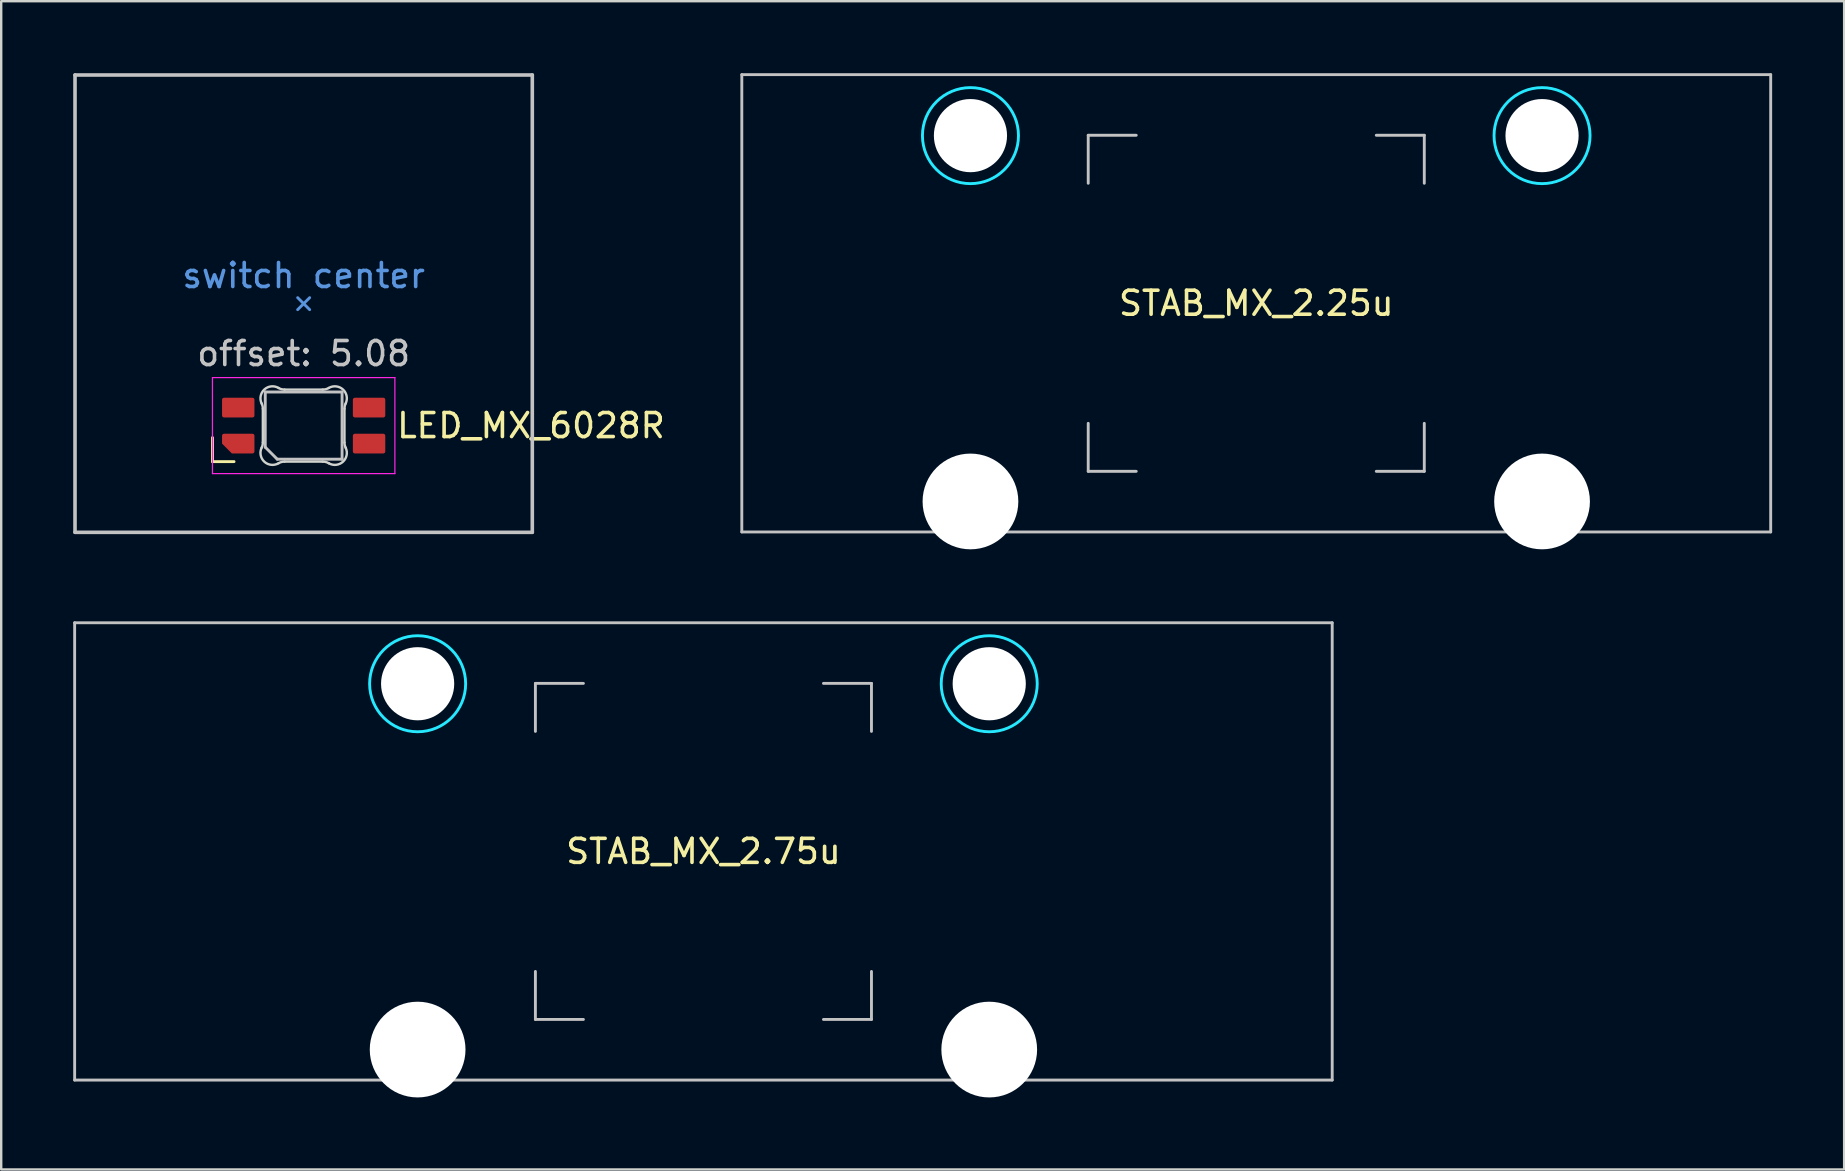
<source format=kicad_pcb>
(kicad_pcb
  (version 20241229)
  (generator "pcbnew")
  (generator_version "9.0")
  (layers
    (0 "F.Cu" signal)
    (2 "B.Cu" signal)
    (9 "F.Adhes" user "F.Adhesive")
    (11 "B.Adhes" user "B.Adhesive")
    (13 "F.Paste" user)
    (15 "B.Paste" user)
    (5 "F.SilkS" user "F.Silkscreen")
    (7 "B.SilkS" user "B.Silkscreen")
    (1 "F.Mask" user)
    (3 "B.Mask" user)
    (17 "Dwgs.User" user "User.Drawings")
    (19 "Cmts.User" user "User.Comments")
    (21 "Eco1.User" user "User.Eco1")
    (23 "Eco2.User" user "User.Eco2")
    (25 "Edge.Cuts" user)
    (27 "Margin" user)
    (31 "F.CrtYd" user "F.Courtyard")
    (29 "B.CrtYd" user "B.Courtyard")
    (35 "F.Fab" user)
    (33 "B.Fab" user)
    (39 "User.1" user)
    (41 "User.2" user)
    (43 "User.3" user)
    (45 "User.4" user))
  (footprint "STAB_MX_2.25u"
    (layer "F.Cu")
    (at 49.284 9.585)
    (property "Reference" "STAB_MX_2.25u" (at 0 0 0) (layer "F.SilkS") (effects (font (size 1 1) (thickness 0.15))))
    (attr through_hole exclude_from_pos_files exclude_from_bom)
    (fp_line (start -21.431 -9.525) (end -21.431 9.525) (stroke (width 0.12) (type solid)) (layer "Dwgs.User"))
    (fp_line (start -21.431 -9.525) (end 21.431 -9.525) (stroke (width 0.12) (type solid)) (layer "Dwgs.User"))
    (fp_line (start -21.431 9.525) (end 21.431 9.525) (stroke (width 0.12) (type solid)) (layer "Dwgs.User"))
    (fp_line (start -7 -7) (end -5 -7) (stroke (width 0.12) (type solid)) (layer "Dwgs.User"))
    (fp_line (start -7 -5) (end -7 -7) (stroke (width 0.12) (type solid)) (layer "Dwgs.User"))
    (fp_line (start -7 7) (end -7 5) (stroke (width 0.12) (type solid)) (layer "Dwgs.User"))
    (fp_line (start -5 7) (end -7 7) (stroke (width 0.12) (type solid)) (layer "Dwgs.User"))
    (fp_line (start 5 -7) (end 7 -7) (stroke (width 0.12) (type solid)) (layer "Dwgs.User"))
    (fp_line (start 5 7) (end 7 7) (stroke (width 0.12) (type solid)) (layer "Dwgs.User"))
    (fp_line (start 7 -7) (end 7 -5) (stroke (width 0.12) (type solid)) (layer "Dwgs.User"))
    (fp_line (start 7 7) (end 7 5) (stroke (width 0.12) (type solid)) (layer "Dwgs.User"))
    (fp_line (start 21.431 -9.525) (end 21.431 9.525) (stroke (width 0.12) (type solid)) (layer "Dwgs.User"))
    (fp_line (start -15.281 -5.5) (end -15.281 7.5) (stroke (width 0.05) (type solid)) (layer "Eco2.User"))
    (fp_line (start -14.781 -6) (end -9.031 -6) (stroke (width 0.05) (type solid)) (layer "Eco2.User"))
    (fp_line (start -14.781 8) (end -9.031 8) (stroke (width 0.05) (type solid)) (layer "Eco2.User"))
    (fp_line (start -8.531 -5.5) (end -8.531 7.5) (stroke (width 0.05) (type solid)) (layer "Eco2.User"))
    (fp_line (start 8.531 -5.5) (end 8.531 7.5) (stroke (width 0.05) (type solid)) (layer "Eco2.User"))
    (fp_line (start 9.031 -6) (end 14.78 -6) (stroke (width 0.05) (type solid)) (layer "Eco2.User"))
    (fp_line (start 9.031 8) (end 14.781 8) (stroke (width 0.05) (type solid)) (layer "Eco2.User"))
    (fp_line (start 15.28 -5.5) (end 15.281 7.5) (stroke (width 0.05) (type solid)) (layer "Eco2.User"))
    (fp_arc (start -15.28125 -5.499999) (mid -15.134803 -5.853552) (end -14.78125 -5.999999) (stroke (width 0.05) (type solid)) (layer "Eco2.User"))
    (fp_arc (start -14.78125 8.000001) (mid -15.134803 7.853554) (end -15.28125 7.500001) (stroke (width 0.05) (type solid)) (layer "Eco2.User"))
    (fp_arc (start -9.03125 -5.999999) (mid -8.677697 -5.853552) (end -8.53125 -5.499999) (stroke (width 0.05) (type solid)) (layer "Eco2.User"))
    (fp_arc (start -8.53125 7.500001) (mid -8.677697 7.853554) (end -9.03125 8.000001) (stroke (width 0.05) (type solid)) (layer "Eco2.User"))
    (fp_arc (start 8.53125 -5.499999) (mid 8.677697 -5.853552) (end 9.03125 -5.999999) (stroke (width 0.05) (type solid)) (layer "Eco2.User"))
    (fp_arc (start 9.03125 8.000001) (mid 8.677697 7.853554) (end 8.53125 7.500001) (stroke (width 0.05) (type solid)) (layer "Eco2.User"))
    (fp_arc (start 14.780039 -5.999999) (mid 15.133592 -5.853552) (end 15.280039 -5.499999) (stroke (width 0.05) (type solid)) (layer "Eco2.User"))
    (fp_arc (start 15.28125 7.500001) (mid 15.134803 7.853554) (end 14.78125 8.000001) (stroke (width 0.05) (type solid)) (layer "Eco2.User"))
    (fp_circle (center -11.906 -6.985) (end -9.906 -6.985) (stroke (width 0.12) (type solid)) (fill no) (layer "B.CrtYd"))
    (fp_circle (center 11.906 -6.985) (end 13.906 -6.985) (stroke (width 0.12) (type solid)) (fill no) (layer "B.CrtYd"))
    (pad "" np_thru_hole circle (at -11.906 -6.985) (size 3.048 3.048) (drill 3.048) (layers "*.Cu" "*.Mask"))
    (pad "" np_thru_hole circle (at -11.906 8.255) (size 3.988 3.988) (drill 3.988) (layers "*.Cu" "*.Mask"))
    (pad "" np_thru_hole circle (at 11.906 -6.985) (size 3.048 3.048) (drill 3.048) (layers "*.Cu" "*.Mask"))
    (pad "" np_thru_hole circle (at 11.906 8.255) (size 3.988 3.988) (drill 3.988) (layers "*.Cu" "*.Mask")))
  (footprint "STAB_MX_2.75u"
    (layer "F.Cu")
    (at 26.254 32.419)
    (property "Reference" "STAB_MX_2.75u" (at 0 0 0) (layer "F.SilkS") (effects (font (size 1 1) (thickness 0.15))))
    (attr through_hole exclude_from_pos_files exclude_from_bom)
    (fp_line (start -26.194 -9.525) (end -26.194 9.525) (stroke (width 0.12) (type solid)) (layer "Dwgs.User"))
    (fp_line (start -26.194 -9.525) (end 26.194 -9.525) (stroke (width 0.12) (type solid)) (layer "Dwgs.User"))
    (fp_line (start -26.194 9.525) (end 26.194 9.525) (stroke (width 0.12) (type solid)) (layer "Dwgs.User"))
    (fp_line (start -7 -7) (end -5 -7) (stroke (width 0.12) (type solid)) (layer "Dwgs.User"))
    (fp_line (start -7 -5) (end -7 -7) (stroke (width 0.12) (type solid)) (layer "Dwgs.User"))
    (fp_line (start -7 7) (end -7 5) (stroke (width 0.12) (type solid)) (layer "Dwgs.User"))
    (fp_line (start -5 7) (end -7 7) (stroke (width 0.12) (type solid)) (layer "Dwgs.User"))
    (fp_line (start 5 -7) (end 7 -7) (stroke (width 0.12) (type solid)) (layer "Dwgs.User"))
    (fp_line (start 5 7) (end 7 7) (stroke (width 0.12) (type solid)) (layer "Dwgs.User"))
    (fp_line (start 7 -7) (end 7 -5) (stroke (width 0.12) (type solid)) (layer "Dwgs.User"))
    (fp_line (start 7 7) (end 7 5) (stroke (width 0.12) (type solid)) (layer "Dwgs.User"))
    (fp_line (start 26.194 -9.525) (end 26.194 9.525) (stroke (width 0.12) (type solid)) (layer "Dwgs.User"))
    (fp_line (start -15.281 -5.5) (end -15.281 7.5) (stroke (width 0.05) (type solid)) (layer "Eco2.User"))
    (fp_line (start -14.781 -6) (end -9.031 -6) (stroke (width 0.05) (type solid)) (layer "Eco2.User"))
    (fp_line (start -14.781 8) (end -9.031 8) (stroke (width 0.05) (type solid)) (layer "Eco2.User"))
    (fp_line (start -8.531 -5.5) (end -8.531 7.5) (stroke (width 0.05) (type solid)) (layer "Eco2.User"))
    (fp_line (start 8.531 -5.5) (end 8.531 7.5) (stroke (width 0.05) (type solid)) (layer "Eco2.User"))
    (fp_line (start 9.031 -6) (end 14.78 -6) (stroke (width 0.05) (type solid)) (layer "Eco2.User"))
    (fp_line (start 9.031 8) (end 14.781 8) (stroke (width 0.05) (type solid)) (layer "Eco2.User"))
    (fp_line (start 15.28 -5.5) (end 15.281 7.5) (stroke (width 0.05) (type solid)) (layer "Eco2.User"))
    (fp_arc (start -15.28125 -5.499999) (mid -15.134803 -5.853552) (end -14.78125 -5.999999) (stroke (width 0.05) (type solid)) (layer "Eco2.User"))
    (fp_arc (start -14.78125 8.000001) (mid -15.134803 7.853554) (end -15.28125 7.500001) (stroke (width 0.05) (type solid)) (layer "Eco2.User"))
    (fp_arc (start -9.03125 -5.999999) (mid -8.677697 -5.853552) (end -8.53125 -5.499999) (stroke (width 0.05) (type solid)) (layer "Eco2.User"))
    (fp_arc (start -8.53125 7.500001) (mid -8.677697 7.853554) (end -9.03125 8.000001) (stroke (width 0.05) (type solid)) (layer "Eco2.User"))
    (fp_arc (start 8.53125 -5.499999) (mid 8.677697 -5.853552) (end 9.03125 -5.999999) (stroke (width 0.05) (type solid)) (layer "Eco2.User"))
    (fp_arc (start 9.03125 8.000001) (mid 8.677697 7.853554) (end 8.53125 7.500001) (stroke (width 0.05) (type solid)) (layer "Eco2.User"))
    (fp_arc (start 14.780039 -5.999999) (mid 15.133592 -5.853552) (end 15.280039 -5.499999) (stroke (width 0.05) (type solid)) (layer "Eco2.User"))
    (fp_arc (start 15.28125 7.500001) (mid 15.134803 7.853554) (end 14.78125 8.000001) (stroke (width 0.05) (type solid)) (layer "Eco2.User"))
    (fp_circle (center -11.906 -6.985) (end -9.906 -6.985) (stroke (width 0.12) (type solid)) (fill no) (layer "B.CrtYd"))
    (fp_circle (center 11.906 -6.985) (end 13.906 -6.985) (stroke (width 0.12) (type solid)) (fill no) (layer "B.CrtYd"))
    (pad "" np_thru_hole circle (at -11.906 -6.985) (size 3.048 3.048) (drill 3.048) (layers "*.Cu" "*.Mask"))
    (pad "" np_thru_hole circle (at -11.906 8.255) (size 3.988 3.988) (drill 3.988) (layers "*.Cu" "*.Mask"))
    (pad "" np_thru_hole circle (at 11.906 -6.985) (size 3.048 3.048) (drill 3.048) (layers "*.Cu" "*.Mask"))
    (pad "" np_thru_hole circle (at 11.906 8.255) (size 3.988 3.988) (drill 3.988) (layers "*.Cu" "*.Mask")))
  (footprint "LED_MX_6028R"
    (layer "F.Cu")
    (at 9.6 14.68)
    (property "Reference" "LED_MX_6028R" (at 3.8 0 0) (layer "F.SilkS") (effects (font (size 1 1) (thickness 0.15)) (justify left)))
    (attr smd)
    (fp_line (start -3.8 0.5) (end -3.8 1.5) (stroke (width 0.12) (type solid)) (layer "F.SilkS"))
    (fp_line (start -3.8 1.5) (end -2.9 1.5) (stroke (width 0.12) (type solid)) (layer "F.SilkS"))
    (fp_line (start -9.525 -14.605) (end -9.525 4.445) (stroke (width 0.15) (type solid)) (layer "Dwgs.User"))
    (fp_line (start -9.525 4.445) (end 9.525 4.445) (stroke (width 0.15) (type solid)) (layer "Dwgs.User"))
    (fp_line (start -1.6 -1.4) (end 1.6 -1.4) (stroke (width 0.12) (type solid)) (layer "Dwgs.User"))
    (fp_line (start -1.6 0.9) (end -1.6 -1.4) (stroke (width 0.12) (type solid)) (layer "Dwgs.User"))
    (fp_line (start -1.6 0.9) (end -1.1 1.4) (stroke (width 0.12) (type solid)) (layer "Dwgs.User"))
    (fp_line (start 1.6 -1.4) (end 1.6 1.4) (stroke (width 0.12) (type solid)) (layer "Dwgs.User"))
    (fp_line (start 1.6 1.4) (end -1.1 1.4) (stroke (width 0.12) (type solid)) (layer "Dwgs.User"))
    (fp_line (start 9.525 -14.605) (end -9.525 -14.605) (stroke (width 0.15) (type solid)) (layer "Dwgs.User"))
    (fp_line (start 9.525 4.445) (end 9.525 -14.605) (stroke (width 0.15) (type solid)) (layer "Dwgs.User"))
    (fp_line (start -0.25 -4.83) (end 0 -5.08) (stroke (width 0.12) (type solid)) (layer "Cmts.User"))
    (fp_line (start 0 -5.08) (end -0.25 -5.33) (stroke (width 0.12) (type solid)) (layer "Cmts.User"))
    (fp_line (start 0 -5.08) (end 0.25 -5.33) (stroke (width 0.12) (type solid)) (layer "Cmts.User"))
    (fp_line (start 0.25 -4.83) (end 0 -5.08) (stroke (width 0.12) (type solid)) (layer "Cmts.User"))
    (fp_line (start -1.7 -0.703) (end -1.7 0.703) (stroke (width 0.1) (type solid)) (layer "Edge.Cuts"))
    (fp_line (start -0.794 1.5) (end 0.794 1.5) (stroke (width 0.1) (type solid)) (layer "Edge.Cuts"))
    (fp_line (start 0.794 -1.5) (end -0.794 -1.5) (stroke (width 0.1) (type solid)) (layer "Edge.Cuts"))
    (fp_line (start 1.7 0.703) (end 1.7 -0.703) (stroke (width 0.1) (type solid)) (layer "Edge.Cuts"))
    (fp_arc (start -1.749484 -0.919721) (mid -1.712527 -0.814069) (end -1.699999 -0.702844) (stroke (width 0.1) (type solid)) (layer "Edge.Cuts"))
    (fp_arc (start -1.749484 -0.919721) (mid -1.638071 -1.504035) (end -1.046711 -1.568299) (stroke (width 0.1) (type solid)) (layer "Edge.Cuts"))
    (fp_arc (start -1.699999 0.702841) (mid -1.712527 0.814067) (end -1.749484 0.919719) (stroke (width 0.1) (type solid)) (layer "Edge.Cuts"))
    (fp_arc (start -1.046711 1.568298) (mid -1.638072 1.504034) (end -1.749484 0.919718) (stroke (width 0.1) (type solid)) (layer "Edge.Cuts"))
    (fp_arc (start -1.046711 1.568298) (mid -0.925123 1.517376) (end -0.794452 1.499999) (stroke (width 0.1) (type solid)) (layer "Edge.Cuts"))
    (fp_arc (start -0.794453 -1.5) (mid -0.925123 -1.517377) (end -1.046711 -1.568299) (stroke (width 0.1) (type solid)) (layer "Edge.Cuts"))
    (fp_arc (start 0.794452 1.499999) (mid 0.925122 1.517376) (end 1.04671 1.568298) (stroke (width 0.1) (type solid)) (layer "Edge.Cuts"))
    (fp_arc (start 1.046711 -1.5683) (mid 0.925123 -1.517378) (end 0.794453 -1.500001) (stroke (width 0.1) (type solid)) (layer "Edge.Cuts"))
    (fp_arc (start 1.046711 -1.5683) (mid 1.638071 -1.504036) (end 1.749484 -0.919721) (stroke (width 0.1) (type solid)) (layer "Edge.Cuts"))
    (fp_arc (start 1.699999 -0.702843) (mid 1.712527 -0.814069) (end 1.749484 -0.919721) (stroke (width 0.1) (type solid)) (layer "Edge.Cuts"))
    (fp_arc (start 1.749484 0.919719) (mid 1.63807 1.504033) (end 1.046711 1.568296) (stroke (width 0.1) (type solid)) (layer "Edge.Cuts"))
    (fp_arc (start 1.749484 0.919719) (mid 1.712527 0.814067) (end 1.699999 0.702842) (stroke (width 0.1) (type solid)) (layer "Edge.Cuts"))
    (fp_line (start -3.8 -2) (end 3.8 -2) (stroke (width 0.05) (type solid)) (layer "F.CrtYd"))
    (fp_line (start -3.8 2) (end -3.8 -2) (stroke (width 0.05) (type solid)) (layer "F.CrtYd"))
    (fp_line (start 3.8 -2) (end 3.8 2) (stroke (width 0.05) (type solid)) (layer "F.CrtYd"))
    (fp_line (start 3.8 2) (end -3.8 2) (stroke (width 0.05) (type solid)) (layer "F.CrtYd"))
    (fp_text user "offset: 5.08" (at 0 -3 0) (layer "Dwgs.User") (effects (font (size 1 1) (thickness 0.15))))
    (fp_text user "switch center" (at 0 -6.25 0) (layer "Cmts.User") (effects (font (size 1 1) (thickness 0.15))))
    (pad "1" smd roundrect (at 2.725 -0.75 90) (size 0.82 1.35) (layers "F.Cu" "F.Mask" "F.Paste") (roundrect_rratio 0.1))
    (pad "2" smd roundrect (at 2.725 0.75 90) (size 0.82 1.35) (layers "F.Cu" "F.Mask" "F.Paste") (roundrect_rratio 0.1))
    (pad "3" smd roundrect (at -2.725 -0.75 90) (size 0.82 1.35) (layers "F.Cu" "F.Mask" "F.Paste") (roundrect_rratio 0.1))
    (pad "4" smd roundrect (at -2.725 0.75 90) (size 0.82 1.35) (layers "F.Cu" "F.Mask" "F.Paste") (roundrect_rratio 0.1) (chamfer_ratio 0.5) (chamfer top_left)))
  (gr_rect
    (start -3 -3)
    (end 73.775 45.668)
    (stroke (width 0.1) (type default))
    (fill no)
    (layer "Edge.Cuts")))
</source>
